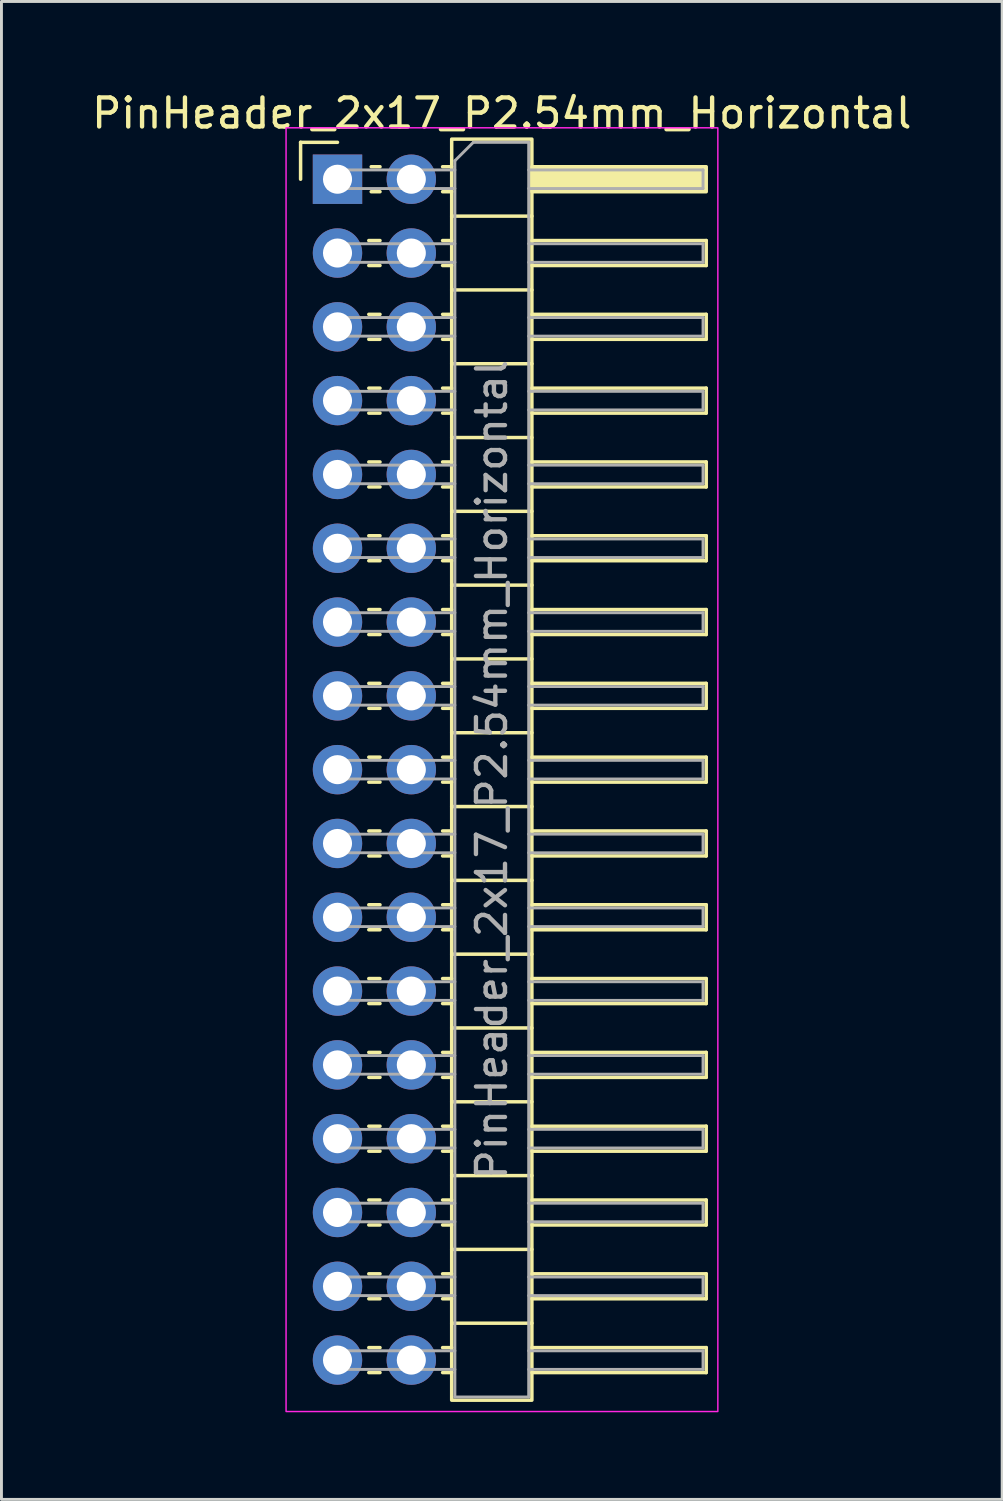
<source format=kicad_pcb>
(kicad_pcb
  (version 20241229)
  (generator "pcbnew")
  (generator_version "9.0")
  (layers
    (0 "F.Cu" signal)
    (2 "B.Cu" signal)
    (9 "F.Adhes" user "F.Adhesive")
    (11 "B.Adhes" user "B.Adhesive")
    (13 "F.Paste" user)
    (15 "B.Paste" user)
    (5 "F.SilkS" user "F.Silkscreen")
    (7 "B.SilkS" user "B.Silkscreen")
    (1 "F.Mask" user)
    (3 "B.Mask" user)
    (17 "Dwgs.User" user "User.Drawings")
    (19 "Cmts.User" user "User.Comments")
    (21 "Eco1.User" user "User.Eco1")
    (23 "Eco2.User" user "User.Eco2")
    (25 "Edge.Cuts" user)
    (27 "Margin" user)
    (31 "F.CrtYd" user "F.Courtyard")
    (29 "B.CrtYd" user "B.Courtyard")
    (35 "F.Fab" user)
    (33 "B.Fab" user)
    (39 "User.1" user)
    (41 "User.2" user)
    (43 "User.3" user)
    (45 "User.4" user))
  (footprint "PinHeader_2x17_P2.54mm_Horizontal"
    (layer "F.Cu")
    (at 8.565 3.118)
    (property "Reference" "PinHeader_2x17_P2.54mm_Horizontal" (at 5.655 -2.27 0) (layer "F.SilkS") (effects (font (size 1 1) (thickness 0.15))))
    (attr through_hole)
    (fp_line (start -1.27 -1.27) (end 0 -1.27) (stroke (width 0.12) (type solid)) (layer "F.SilkS"))
    (fp_line (start -1.27 0) (end -1.27 -1.27) (stroke (width 0.12) (type solid)) (layer "F.SilkS"))
    (fp_line (start 1.077 2.11) (end 1.463 2.11) (stroke (width 0.12) (type solid)) (layer "F.SilkS"))
    (fp_line (start 1.077 2.97) (end 1.463 2.97) (stroke (width 0.12) (type solid)) (layer "F.SilkS"))
    (fp_line (start 1.077 4.65) (end 1.463 4.65) (stroke (width 0.12) (type solid)) (layer "F.SilkS"))
    (fp_line (start 1.077 5.51) (end 1.463 5.51) (stroke (width 0.12) (type solid)) (layer "F.SilkS"))
    (fp_line (start 1.077 7.19) (end 1.463 7.19) (stroke (width 0.12) (type solid)) (layer "F.SilkS"))
    (fp_line (start 1.077 8.05) (end 1.463 8.05) (stroke (width 0.12) (type solid)) (layer "F.SilkS"))
    (fp_line (start 1.077 9.73) (end 1.463 9.73) (stroke (width 0.12) (type solid)) (layer "F.SilkS"))
    (fp_line (start 1.077 10.59) (end 1.463 10.59) (stroke (width 0.12) (type solid)) (layer "F.SilkS"))
    (fp_line (start 1.077 12.27) (end 1.463 12.27) (stroke (width 0.12) (type solid)) (layer "F.SilkS"))
    (fp_line (start 1.077 13.13) (end 1.463 13.13) (stroke (width 0.12) (type solid)) (layer "F.SilkS"))
    (fp_line (start 1.077 14.81) (end 1.463 14.81) (stroke (width 0.12) (type solid)) (layer "F.SilkS"))
    (fp_line (start 1.077 15.67) (end 1.463 15.67) (stroke (width 0.12) (type solid)) (layer "F.SilkS"))
    (fp_line (start 1.077 17.35) (end 1.463 17.35) (stroke (width 0.12) (type solid)) (layer "F.SilkS"))
    (fp_line (start 1.077 18.21) (end 1.463 18.21) (stroke (width 0.12) (type solid)) (layer "F.SilkS"))
    (fp_line (start 1.077 19.89) (end 1.463 19.89) (stroke (width 0.12) (type solid)) (layer "F.SilkS"))
    (fp_line (start 1.077 20.75) (end 1.463 20.75) (stroke (width 0.12) (type solid)) (layer "F.SilkS"))
    (fp_line (start 1.077 22.43) (end 1.463 22.43) (stroke (width 0.12) (type solid)) (layer "F.SilkS"))
    (fp_line (start 1.077 23.29) (end 1.463 23.29) (stroke (width 0.12) (type solid)) (layer "F.SilkS"))
    (fp_line (start 1.077 24.97) (end 1.463 24.97) (stroke (width 0.12) (type solid)) (layer "F.SilkS"))
    (fp_line (start 1.077 25.83) (end 1.463 25.83) (stroke (width 0.12) (type solid)) (layer "F.SilkS"))
    (fp_line (start 1.077 27.51) (end 1.463 27.51) (stroke (width 0.12) (type solid)) (layer "F.SilkS"))
    (fp_line (start 1.077 28.37) (end 1.463 28.37) (stroke (width 0.12) (type solid)) (layer "F.SilkS"))
    (fp_line (start 1.077 30.05) (end 1.463 30.05) (stroke (width 0.12) (type solid)) (layer "F.SilkS"))
    (fp_line (start 1.077 30.91) (end 1.463 30.91) (stroke (width 0.12) (type solid)) (layer "F.SilkS"))
    (fp_line (start 1.077 32.59) (end 1.463 32.59) (stroke (width 0.12) (type solid)) (layer "F.SilkS"))
    (fp_line (start 1.077 33.45) (end 1.463 33.45) (stroke (width 0.12) (type solid)) (layer "F.SilkS"))
    (fp_line (start 1.077 35.13) (end 1.463 35.13) (stroke (width 0.12) (type solid)) (layer "F.SilkS"))
    (fp_line (start 1.077 35.99) (end 1.463 35.99) (stroke (width 0.12) (type solid)) (layer "F.SilkS"))
    (fp_line (start 1.077 37.67) (end 1.463 37.67) (stroke (width 0.12) (type solid)) (layer "F.SilkS"))
    (fp_line (start 1.077 38.53) (end 1.463 38.53) (stroke (width 0.12) (type solid)) (layer "F.SilkS"))
    (fp_line (start 1.077 40.21) (end 1.463 40.21) (stroke (width 0.12) (type solid)) (layer "F.SilkS"))
    (fp_line (start 1.077 41.07) (end 1.463 41.07) (stroke (width 0.12) (type solid)) (layer "F.SilkS"))
    (fp_line (start 1.16 -0.43) (end 1.463 -0.43) (stroke (width 0.12) (type solid)) (layer "F.SilkS"))
    (fp_line (start 1.16 0.43) (end 1.463 0.43) (stroke (width 0.12) (type solid)) (layer "F.SilkS"))
    (fp_line (start 3.617 -0.43) (end 3.93 -0.43) (stroke (width 0.12) (type solid)) (layer "F.SilkS"))
    (fp_line (start 3.617 0.43) (end 3.93 0.43) (stroke (width 0.12) (type solid)) (layer "F.SilkS"))
    (fp_line (start 3.617 2.11) (end 3.93 2.11) (stroke (width 0.12) (type solid)) (layer "F.SilkS"))
    (fp_line (start 3.617 2.97) (end 3.93 2.97) (stroke (width 0.12) (type solid)) (layer "F.SilkS"))
    (fp_line (start 3.617 4.65) (end 3.93 4.65) (stroke (width 0.12) (type solid)) (layer "F.SilkS"))
    (fp_line (start 3.617 5.51) (end 3.93 5.51) (stroke (width 0.12) (type solid)) (layer "F.SilkS"))
    (fp_line (start 3.617 7.19) (end 3.93 7.19) (stroke (width 0.12) (type solid)) (layer "F.SilkS"))
    (fp_line (start 3.617 8.05) (end 3.93 8.05) (stroke (width 0.12) (type solid)) (layer "F.SilkS"))
    (fp_line (start 3.617 9.73) (end 3.93 9.73) (stroke (width 0.12) (type solid)) (layer "F.SilkS"))
    (fp_line (start 3.617 10.59) (end 3.93 10.59) (stroke (width 0.12) (type solid)) (layer "F.SilkS"))
    (fp_line (start 3.617 12.27) (end 3.93 12.27) (stroke (width 0.12) (type solid)) (layer "F.SilkS"))
    (fp_line (start 3.617 13.13) (end 3.93 13.13) (stroke (width 0.12) (type solid)) (layer "F.SilkS"))
    (fp_line (start 3.617 14.81) (end 3.93 14.81) (stroke (width 0.12) (type solid)) (layer "F.SilkS"))
    (fp_line (start 3.617 15.67) (end 3.93 15.67) (stroke (width 0.12) (type solid)) (layer "F.SilkS"))
    (fp_line (start 3.617 17.35) (end 3.93 17.35) (stroke (width 0.12) (type solid)) (layer "F.SilkS"))
    (fp_line (start 3.617 18.21) (end 3.93 18.21) (stroke (width 0.12) (type solid)) (layer "F.SilkS"))
    (fp_line (start 3.617 19.89) (end 3.93 19.89) (stroke (width 0.12) (type solid)) (layer "F.SilkS"))
    (fp_line (start 3.617 20.75) (end 3.93 20.75) (stroke (width 0.12) (type solid)) (layer "F.SilkS"))
    (fp_line (start 3.617 22.43) (end 3.93 22.43) (stroke (width 0.12) (type solid)) (layer "F.SilkS"))
    (fp_line (start 3.617 23.29) (end 3.93 23.29) (stroke (width 0.12) (type solid)) (layer "F.SilkS"))
    (fp_line (start 3.617 24.97) (end 3.93 24.97) (stroke (width 0.12) (type solid)) (layer "F.SilkS"))
    (fp_line (start 3.617 25.83) (end 3.93 25.83) (stroke (width 0.12) (type solid)) (layer "F.SilkS"))
    (fp_line (start 3.617 27.51) (end 3.93 27.51) (stroke (width 0.12) (type solid)) (layer "F.SilkS"))
    (fp_line (start 3.617 28.37) (end 3.93 28.37) (stroke (width 0.12) (type solid)) (layer "F.SilkS"))
    (fp_line (start 3.617 30.05) (end 3.93 30.05) (stroke (width 0.12) (type solid)) (layer "F.SilkS"))
    (fp_line (start 3.617 30.91) (end 3.93 30.91) (stroke (width 0.12) (type solid)) (layer "F.SilkS"))
    (fp_line (start 3.617 32.59) (end 3.93 32.59) (stroke (width 0.12) (type solid)) (layer "F.SilkS"))
    (fp_line (start 3.617 33.45) (end 3.93 33.45) (stroke (width 0.12) (type solid)) (layer "F.SilkS"))
    (fp_line (start 3.617 35.13) (end 3.93 35.13) (stroke (width 0.12) (type solid)) (layer "F.SilkS"))
    (fp_line (start 3.617 35.99) (end 3.93 35.99) (stroke (width 0.12) (type solid)) (layer "F.SilkS"))
    (fp_line (start 3.617 37.67) (end 3.93 37.67) (stroke (width 0.12) (type solid)) (layer "F.SilkS"))
    (fp_line (start 3.617 38.53) (end 3.93 38.53) (stroke (width 0.12) (type solid)) (layer "F.SilkS"))
    (fp_line (start 3.617 40.21) (end 3.93 40.21) (stroke (width 0.12) (type solid)) (layer "F.SilkS"))
    (fp_line (start 3.617 41.07) (end 3.93 41.07) (stroke (width 0.12) (type solid)) (layer "F.SilkS"))
    (fp_line (start 3.93 1.27) (end 6.69 1.27) (stroke (width 0.12) (type solid)) (layer "F.SilkS"))
    (fp_line (start 3.93 3.81) (end 6.69 3.81) (stroke (width 0.12) (type solid)) (layer "F.SilkS"))
    (fp_line (start 3.93 6.35) (end 6.69 6.35) (stroke (width 0.12) (type solid)) (layer "F.SilkS"))
    (fp_line (start 3.93 8.89) (end 6.69 8.89) (stroke (width 0.12) (type solid)) (layer "F.SilkS"))
    (fp_line (start 3.93 11.43) (end 6.69 11.43) (stroke (width 0.12) (type solid)) (layer "F.SilkS"))
    (fp_line (start 3.93 13.97) (end 6.69 13.97) (stroke (width 0.12) (type solid)) (layer "F.SilkS"))
    (fp_line (start 3.93 16.51) (end 6.69 16.51) (stroke (width 0.12) (type solid)) (layer "F.SilkS"))
    (fp_line (start 3.93 19.05) (end 6.69 19.05) (stroke (width 0.12) (type solid)) (layer "F.SilkS"))
    (fp_line (start 3.93 21.59) (end 6.69 21.59) (stroke (width 0.12) (type solid)) (layer "F.SilkS"))
    (fp_line (start 3.93 24.13) (end 6.69 24.13) (stroke (width 0.12) (type solid)) (layer "F.SilkS"))
    (fp_line (start 3.93 26.67) (end 6.69 26.67) (stroke (width 0.12) (type solid)) (layer "F.SilkS"))
    (fp_line (start 3.93 29.21) (end 6.69 29.21) (stroke (width 0.12) (type solid)) (layer "F.SilkS"))
    (fp_line (start 3.93 31.75) (end 6.69 31.75) (stroke (width 0.12) (type solid)) (layer "F.SilkS"))
    (fp_line (start 3.93 34.29) (end 6.69 34.29) (stroke (width 0.12) (type solid)) (layer "F.SilkS"))
    (fp_line (start 3.93 36.83) (end 6.69 36.83) (stroke (width 0.12) (type solid)) (layer "F.SilkS"))
    (fp_line (start 3.93 39.37) (end 6.69 39.37) (stroke (width 0.12) (type solid)) (layer "F.SilkS"))
    (fp_line (start 6.69 2.11) (end 12.69 2.11) (stroke (width 0.12) (type solid)) (layer "F.SilkS"))
    (fp_line (start 6.69 4.65) (end 12.69 4.65) (stroke (width 0.12) (type solid)) (layer "F.SilkS"))
    (fp_line (start 6.69 7.19) (end 12.69 7.19) (stroke (width 0.12) (type solid)) (layer "F.SilkS"))
    (fp_line (start 6.69 9.73) (end 12.69 9.73) (stroke (width 0.12) (type solid)) (layer "F.SilkS"))
    (fp_line (start 6.69 12.27) (end 12.69 12.27) (stroke (width 0.12) (type solid)) (layer "F.SilkS"))
    (fp_line (start 6.69 14.81) (end 12.69 14.81) (stroke (width 0.12) (type solid)) (layer "F.SilkS"))
    (fp_line (start 6.69 17.35) (end 12.69 17.35) (stroke (width 0.12) (type solid)) (layer "F.SilkS"))
    (fp_line (start 6.69 19.89) (end 12.69 19.89) (stroke (width 0.12) (type solid)) (layer "F.SilkS"))
    (fp_line (start 6.69 22.43) (end 12.69 22.43) (stroke (width 0.12) (type solid)) (layer "F.SilkS"))
    (fp_line (start 6.69 24.97) (end 12.69 24.97) (stroke (width 0.12) (type solid)) (layer "F.SilkS"))
    (fp_line (start 6.69 27.51) (end 12.69 27.51) (stroke (width 0.12) (type solid)) (layer "F.SilkS"))
    (fp_line (start 6.69 30.05) (end 12.69 30.05) (stroke (width 0.12) (type solid)) (layer "F.SilkS"))
    (fp_line (start 6.69 32.59) (end 12.69 32.59) (stroke (width 0.12) (type solid)) (layer "F.SilkS"))
    (fp_line (start 6.69 35.13) (end 12.69 35.13) (stroke (width 0.12) (type solid)) (layer "F.SilkS"))
    (fp_line (start 6.69 37.67) (end 12.69 37.67) (stroke (width 0.12) (type solid)) (layer "F.SilkS"))
    (fp_line (start 6.69 40.21) (end 12.69 40.21) (stroke (width 0.12) (type solid)) (layer "F.SilkS"))
    (fp_line (start 12.69 2.11) (end 12.69 2.97) (stroke (width 0.12) (type solid)) (layer "F.SilkS"))
    (fp_line (start 12.69 2.97) (end 6.69 2.97) (stroke (width 0.12) (type solid)) (layer "F.SilkS"))
    (fp_line (start 12.69 4.65) (end 12.69 5.51) (stroke (width 0.12) (type solid)) (layer "F.SilkS"))
    (fp_line (start 12.69 5.51) (end 6.69 5.51) (stroke (width 0.12) (type solid)) (layer "F.SilkS"))
    (fp_line (start 12.69 7.19) (end 12.69 8.05) (stroke (width 0.12) (type solid)) (layer "F.SilkS"))
    (fp_line (start 12.69 8.05) (end 6.69 8.05) (stroke (width 0.12) (type solid)) (layer "F.SilkS"))
    (fp_line (start 12.69 9.73) (end 12.69 10.59) (stroke (width 0.12) (type solid)) (layer "F.SilkS"))
    (fp_line (start 12.69 10.59) (end 6.69 10.59) (stroke (width 0.12) (type solid)) (layer "F.SilkS"))
    (fp_line (start 12.69 12.27) (end 12.69 13.13) (stroke (width 0.12) (type solid)) (layer "F.SilkS"))
    (fp_line (start 12.69 13.13) (end 6.69 13.13) (stroke (width 0.12) (type solid)) (layer "F.SilkS"))
    (fp_line (start 12.69 14.81) (end 12.69 15.67) (stroke (width 0.12) (type solid)) (layer "F.SilkS"))
    (fp_line (start 12.69 15.67) (end 6.69 15.67) (stroke (width 0.12) (type solid)) (layer "F.SilkS"))
    (fp_line (start 12.69 17.35) (end 12.69 18.21) (stroke (width 0.12) (type solid)) (layer "F.SilkS"))
    (fp_line (start 12.69 18.21) (end 6.69 18.21) (stroke (width 0.12) (type solid)) (layer "F.SilkS"))
    (fp_line (start 12.69 19.89) (end 12.69 20.75) (stroke (width 0.12) (type solid)) (layer "F.SilkS"))
    (fp_line (start 12.69 20.75) (end 6.69 20.75) (stroke (width 0.12) (type solid)) (layer "F.SilkS"))
    (fp_line (start 12.69 22.43) (end 12.69 23.29) (stroke (width 0.12) (type solid)) (layer "F.SilkS"))
    (fp_line (start 12.69 23.29) (end 6.69 23.29) (stroke (width 0.12) (type solid)) (layer "F.SilkS"))
    (fp_line (start 12.69 24.97) (end 12.69 25.83) (stroke (width 0.12) (type solid)) (layer "F.SilkS"))
    (fp_line (start 12.69 25.83) (end 6.69 25.83) (stroke (width 0.12) (type solid)) (layer "F.SilkS"))
    (fp_line (start 12.69 27.51) (end 12.69 28.37) (stroke (width 0.12) (type solid)) (layer "F.SilkS"))
    (fp_line (start 12.69 28.37) (end 6.69 28.37) (stroke (width 0.12) (type solid)) (layer "F.SilkS"))
    (fp_line (start 12.69 30.05) (end 12.69 30.91) (stroke (width 0.12) (type solid)) (layer "F.SilkS"))
    (fp_line (start 12.69 30.91) (end 6.69 30.91) (stroke (width 0.12) (type solid)) (layer "F.SilkS"))
    (fp_line (start 12.69 32.59) (end 12.69 33.45) (stroke (width 0.12) (type solid)) (layer "F.SilkS"))
    (fp_line (start 12.69 33.45) (end 6.69 33.45) (stroke (width 0.12) (type solid)) (layer "F.SilkS"))
    (fp_line (start 12.69 35.13) (end 12.69 35.99) (stroke (width 0.12) (type solid)) (layer "F.SilkS"))
    (fp_line (start 12.69 35.99) (end 6.69 35.99) (stroke (width 0.12) (type solid)) (layer "F.SilkS"))
    (fp_line (start 12.69 37.67) (end 12.69 38.53) (stroke (width 0.12) (type solid)) (layer "F.SilkS"))
    (fp_line (start 12.69 38.53) (end 6.69 38.53) (stroke (width 0.12) (type solid)) (layer "F.SilkS"))
    (fp_line (start 12.69 40.21) (end 12.69 41.07) (stroke (width 0.12) (type solid)) (layer "F.SilkS"))
    (fp_line (start 12.69 41.07) (end 6.69 41.07) (stroke (width 0.12) (type solid)) (layer "F.SilkS"))
    (fp_rect (start 3.93 -1.38) (end 6.69 42.02) (stroke (width 0.12) (type solid)) (fill no) (layer "F.SilkS"))
    (fp_rect (start 6.69 -0.43) (end 12.69 0.43) (stroke (width 0.12) (type solid)) (fill yes) (layer "F.SilkS"))
    (fp_rect (start -1.77 -1.77) (end 13.09 42.41) (stroke (width 0.05) (type solid)) (fill no) (layer "F.CrtYd"))
    (fp_line (start -0.32 -0.32) (end -0.32 0.32) (stroke (width 0.1) (type solid)) (layer "F.Fab"))
    (fp_line (start -0.32 -0.32) (end 4.04 -0.32) (stroke (width 0.1) (type solid)) (layer "F.Fab"))
    (fp_line (start -0.32 0.32) (end 4.04 0.32) (stroke (width 0.1) (type solid)) (layer "F.Fab"))
    (fp_line (start -0.32 2.22) (end -0.32 2.86) (stroke (width 0.1) (type solid)) (layer "F.Fab"))
    (fp_line (start -0.32 2.22) (end 4.04 2.22) (stroke (width 0.1) (type solid)) (layer "F.Fab"))
    (fp_line (start -0.32 2.86) (end 4.04 2.86) (stroke (width 0.1) (type solid)) (layer "F.Fab"))
    (fp_line (start -0.32 4.76) (end -0.32 5.4) (stroke (width 0.1) (type solid)) (layer "F.Fab"))
    (fp_line (start -0.32 4.76) (end 4.04 4.76) (stroke (width 0.1) (type solid)) (layer "F.Fab"))
    (fp_line (start -0.32 5.4) (end 4.04 5.4) (stroke (width 0.1) (type solid)) (layer "F.Fab"))
    (fp_line (start -0.32 7.3) (end -0.32 7.94) (stroke (width 0.1) (type solid)) (layer "F.Fab"))
    (fp_line (start -0.32 7.3) (end 4.04 7.3) (stroke (width 0.1) (type solid)) (layer "F.Fab"))
    (fp_line (start -0.32 7.94) (end 4.04 7.94) (stroke (width 0.1) (type solid)) (layer "F.Fab"))
    (fp_line (start -0.32 9.84) (end -0.32 10.48) (stroke (width 0.1) (type solid)) (layer "F.Fab"))
    (fp_line (start -0.32 9.84) (end 4.04 9.84) (stroke (width 0.1) (type solid)) (layer "F.Fab"))
    (fp_line (start -0.32 10.48) (end 4.04 10.48) (stroke (width 0.1) (type solid)) (layer "F.Fab"))
    (fp_line (start -0.32 12.38) (end -0.32 13.02) (stroke (width 0.1) (type solid)) (layer "F.Fab"))
    (fp_line (start -0.32 12.38) (end 4.04 12.38) (stroke (width 0.1) (type solid)) (layer "F.Fab"))
    (fp_line (start -0.32 13.02) (end 4.04 13.02) (stroke (width 0.1) (type solid)) (layer "F.Fab"))
    (fp_line (start -0.32 14.92) (end -0.32 15.56) (stroke (width 0.1) (type solid)) (layer "F.Fab"))
    (fp_line (start -0.32 14.92) (end 4.04 14.92) (stroke (width 0.1) (type solid)) (layer "F.Fab"))
    (fp_line (start -0.32 15.56) (end 4.04 15.56) (stroke (width 0.1) (type solid)) (layer "F.Fab"))
    (fp_line (start -0.32 17.46) (end -0.32 18.1) (stroke (width 0.1) (type solid)) (layer "F.Fab"))
    (fp_line (start -0.32 17.46) (end 4.04 17.46) (stroke (width 0.1) (type solid)) (layer "F.Fab"))
    (fp_line (start -0.32 18.1) (end 4.04 18.1) (stroke (width 0.1) (type solid)) (layer "F.Fab"))
    (fp_line (start -0.32 20) (end -0.32 20.64) (stroke (width 0.1) (type solid)) (layer "F.Fab"))
    (fp_line (start -0.32 20) (end 4.04 20) (stroke (width 0.1) (type solid)) (layer "F.Fab"))
    (fp_line (start -0.32 20.64) (end 4.04 20.64) (stroke (width 0.1) (type solid)) (layer "F.Fab"))
    (fp_line (start -0.32 22.54) (end -0.32 23.18) (stroke (width 0.1) (type solid)) (layer "F.Fab"))
    (fp_line (start -0.32 22.54) (end 4.04 22.54) (stroke (width 0.1) (type solid)) (layer "F.Fab"))
    (fp_line (start -0.32 23.18) (end 4.04 23.18) (stroke (width 0.1) (type solid)) (layer "F.Fab"))
    (fp_line (start -0.32 25.08) (end -0.32 25.72) (stroke (width 0.1) (type solid)) (layer "F.Fab"))
    (fp_line (start -0.32 25.08) (end 4.04 25.08) (stroke (width 0.1) (type solid)) (layer "F.Fab"))
    (fp_line (start -0.32 25.72) (end 4.04 25.72) (stroke (width 0.1) (type solid)) (layer "F.Fab"))
    (fp_line (start -0.32 27.62) (end -0.32 28.26) (stroke (width 0.1) (type solid)) (layer "F.Fab"))
    (fp_line (start -0.32 27.62) (end 4.04 27.62) (stroke (width 0.1) (type solid)) (layer "F.Fab"))
    (fp_line (start -0.32 28.26) (end 4.04 28.26) (stroke (width 0.1) (type solid)) (layer "F.Fab"))
    (fp_line (start -0.32 30.16) (end -0.32 30.8) (stroke (width 0.1) (type solid)) (layer "F.Fab"))
    (fp_line (start -0.32 30.16) (end 4.04 30.16) (stroke (width 0.1) (type solid)) (layer "F.Fab"))
    (fp_line (start -0.32 30.8) (end 4.04 30.8) (stroke (width 0.1) (type solid)) (layer "F.Fab"))
    (fp_line (start -0.32 32.7) (end -0.32 33.34) (stroke (width 0.1) (type solid)) (layer "F.Fab"))
    (fp_line (start -0.32 32.7) (end 4.04 32.7) (stroke (width 0.1) (type solid)) (layer "F.Fab"))
    (fp_line (start -0.32 33.34) (end 4.04 33.34) (stroke (width 0.1) (type solid)) (layer "F.Fab"))
    (fp_line (start -0.32 35.24) (end -0.32 35.88) (stroke (width 0.1) (type solid)) (layer "F.Fab"))
    (fp_line (start -0.32 35.24) (end 4.04 35.24) (stroke (width 0.1) (type solid)) (layer "F.Fab"))
    (fp_line (start -0.32 35.88) (end 4.04 35.88) (stroke (width 0.1) (type solid)) (layer "F.Fab"))
    (fp_line (start -0.32 37.78) (end -0.32 38.42) (stroke (width 0.1) (type solid)) (layer "F.Fab"))
    (fp_line (start -0.32 37.78) (end 4.04 37.78) (stroke (width 0.1) (type solid)) (layer "F.Fab"))
    (fp_line (start -0.32 38.42) (end 4.04 38.42) (stroke (width 0.1) (type solid)) (layer "F.Fab"))
    (fp_line (start -0.32 40.32) (end -0.32 40.96) (stroke (width 0.1) (type solid)) (layer "F.Fab"))
    (fp_line (start -0.32 40.32) (end 4.04 40.32) (stroke (width 0.1) (type solid)) (layer "F.Fab"))
    (fp_line (start -0.32 40.96) (end 4.04 40.96) (stroke (width 0.1) (type solid)) (layer "F.Fab"))
    (fp_line (start 4.04 -0.635) (end 4.675 -1.27) (stroke (width 0.1) (type solid)) (layer "F.Fab"))
    (fp_line (start 4.04 41.91) (end 4.04 -0.635) (stroke (width 0.1) (type solid)) (layer "F.Fab"))
    (fp_line (start 4.675 -1.27) (end 6.58 -1.27) (stroke (width 0.1) (type solid)) (layer "F.Fab"))
    (fp_line (start 6.58 -1.27) (end 6.58 41.91) (stroke (width 0.1) (type solid)) (layer "F.Fab"))
    (fp_line (start 6.58 -0.32) (end 12.58 -0.32) (stroke (width 0.1) (type solid)) (layer "F.Fab"))
    (fp_line (start 6.58 0.32) (end 12.58 0.32) (stroke (width 0.1) (type solid)) (layer "F.Fab"))
    (fp_line (start 6.58 2.22) (end 12.58 2.22) (stroke (width 0.1) (type solid)) (layer "F.Fab"))
    (fp_line (start 6.58 2.86) (end 12.58 2.86) (stroke (width 0.1) (type solid)) (layer "F.Fab"))
    (fp_line (start 6.58 4.76) (end 12.58 4.76) (stroke (width 0.1) (type solid)) (layer "F.Fab"))
    (fp_line (start 6.58 5.4) (end 12.58 5.4) (stroke (width 0.1) (type solid)) (layer "F.Fab"))
    (fp_line (start 6.58 7.3) (end 12.58 7.3) (stroke (width 0.1) (type solid)) (layer "F.Fab"))
    (fp_line (start 6.58 7.94) (end 12.58 7.94) (stroke (width 0.1) (type solid)) (layer "F.Fab"))
    (fp_line (start 6.58 9.84) (end 12.58 9.84) (stroke (width 0.1) (type solid)) (layer "F.Fab"))
    (fp_line (start 6.58 10.48) (end 12.58 10.48) (stroke (width 0.1) (type solid)) (layer "F.Fab"))
    (fp_line (start 6.58 12.38) (end 12.58 12.38) (stroke (width 0.1) (type solid)) (layer "F.Fab"))
    (fp_line (start 6.58 13.02) (end 12.58 13.02) (stroke (width 0.1) (type solid)) (layer "F.Fab"))
    (fp_line (start 6.58 14.92) (end 12.58 14.92) (stroke (width 0.1) (type solid)) (layer "F.Fab"))
    (fp_line (start 6.58 15.56) (end 12.58 15.56) (stroke (width 0.1) (type solid)) (layer "F.Fab"))
    (fp_line (start 6.58 17.46) (end 12.58 17.46) (stroke (width 0.1) (type solid)) (layer "F.Fab"))
    (fp_line (start 6.58 18.1) (end 12.58 18.1) (stroke (width 0.1) (type solid)) (layer "F.Fab"))
    (fp_line (start 6.58 20) (end 12.58 20) (stroke (width 0.1) (type solid)) (layer "F.Fab"))
    (fp_line (start 6.58 20.64) (end 12.58 20.64) (stroke (width 0.1) (type solid)) (layer "F.Fab"))
    (fp_line (start 6.58 22.54) (end 12.58 22.54) (stroke (width 0.1) (type solid)) (layer "F.Fab"))
    (fp_line (start 6.58 23.18) (end 12.58 23.18) (stroke (width 0.1) (type solid)) (layer "F.Fab"))
    (fp_line (start 6.58 25.08) (end 12.58 25.08) (stroke (width 0.1) (type solid)) (layer "F.Fab"))
    (fp_line (start 6.58 25.72) (end 12.58 25.72) (stroke (width 0.1) (type solid)) (layer "F.Fab"))
    (fp_line (start 6.58 27.62) (end 12.58 27.62) (stroke (width 0.1) (type solid)) (layer "F.Fab"))
    (fp_line (start 6.58 28.26) (end 12.58 28.26) (stroke (width 0.1) (type solid)) (layer "F.Fab"))
    (fp_line (start 6.58 30.16) (end 12.58 30.16) (stroke (width 0.1) (type solid)) (layer "F.Fab"))
    (fp_line (start 6.58 30.8) (end 12.58 30.8) (stroke (width 0.1) (type solid)) (layer "F.Fab"))
    (fp_line (start 6.58 32.7) (end 12.58 32.7) (stroke (width 0.1) (type solid)) (layer "F.Fab"))
    (fp_line (start 6.58 33.34) (end 12.58 33.34) (stroke (width 0.1) (type solid)) (layer "F.Fab"))
    (fp_line (start 6.58 35.24) (end 12.58 35.24) (stroke (width 0.1) (type solid)) (layer "F.Fab"))
    (fp_line (start 6.58 35.88) (end 12.58 35.88) (stroke (width 0.1) (type solid)) (layer "F.Fab"))
    (fp_line (start 6.58 37.78) (end 12.58 37.78) (stroke (width 0.1) (type solid)) (layer "F.Fab"))
    (fp_line (start 6.58 38.42) (end 12.58 38.42) (stroke (width 0.1) (type solid)) (layer "F.Fab"))
    (fp_line (start 6.58 40.32) (end 12.58 40.32) (stroke (width 0.1) (type solid)) (layer "F.Fab"))
    (fp_line (start 6.58 40.96) (end 12.58 40.96) (stroke (width 0.1) (type solid)) (layer "F.Fab"))
    (fp_line (start 6.58 41.91) (end 4.04 41.91) (stroke (width 0.1) (type solid)) (layer "F.Fab"))
    (fp_line (start 12.58 -0.32) (end 12.58 0.32) (stroke (width 0.1) (type solid)) (layer "F.Fab"))
    (fp_line (start 12.58 2.22) (end 12.58 2.86) (stroke (width 0.1) (type solid)) (layer "F.Fab"))
    (fp_line (start 12.58 4.76) (end 12.58 5.4) (stroke (width 0.1) (type solid)) (layer "F.Fab"))
    (fp_line (start 12.58 7.3) (end 12.58 7.94) (stroke (width 0.1) (type solid)) (layer "F.Fab"))
    (fp_line (start 12.58 9.84) (end 12.58 10.48) (stroke (width 0.1) (type solid)) (layer "F.Fab"))
    (fp_line (start 12.58 12.38) (end 12.58 13.02) (stroke (width 0.1) (type solid)) (layer "F.Fab"))
    (fp_line (start 12.58 14.92) (end 12.58 15.56) (stroke (width 0.1) (type solid)) (layer "F.Fab"))
    (fp_line (start 12.58 17.46) (end 12.58 18.1) (stroke (width 0.1) (type solid)) (layer "F.Fab"))
    (fp_line (start 12.58 20) (end 12.58 20.64) (stroke (width 0.1) (type solid)) (layer "F.Fab"))
    (fp_line (start 12.58 22.54) (end 12.58 23.18) (stroke (width 0.1) (type solid)) (layer "F.Fab"))
    (fp_line (start 12.58 25.08) (end 12.58 25.72) (stroke (width 0.1) (type solid)) (layer "F.Fab"))
    (fp_line (start 12.58 27.62) (end 12.58 28.26) (stroke (width 0.1) (type solid)) (layer "F.Fab"))
    (fp_line (start 12.58 30.16) (end 12.58 30.8) (stroke (width 0.1) (type solid)) (layer "F.Fab"))
    (fp_line (start 12.58 32.7) (end 12.58 33.34) (stroke (width 0.1) (type solid)) (layer "F.Fab"))
    (fp_line (start 12.58 35.24) (end 12.58 35.88) (stroke (width 0.1) (type solid)) (layer "F.Fab"))
    (fp_line (start 12.58 37.78) (end 12.58 38.42) (stroke (width 0.1) (type solid)) (layer "F.Fab"))
    (fp_line (start 12.58 40.32) (end 12.58 40.96) (stroke (width 0.1) (type solid)) (layer "F.Fab"))
    (fp_text user "${REFERENCE}" (at 5.31 20.32 90) (layer "F.Fab") (effects (font (size 1 1) (thickness 0.15))))
    (pad "1" thru_hole rect (at 0 0) (size 1.7 1.7) (drill 1) (layers "*.Cu" "*.Mask"))
    (pad "2" thru_hole circle (at 2.54 0) (size 1.7 1.7) (drill 1) (layers "*.Cu" "*.Mask"))
    (pad "3" thru_hole circle (at 0 2.54) (size 1.7 1.7) (drill 1) (layers "*.Cu" "*.Mask"))
    (pad "4" thru_hole circle (at 2.54 2.54) (size 1.7 1.7) (drill 1) (layers "*.Cu" "*.Mask"))
    (pad "5" thru_hole circle (at 0 5.08) (size 1.7 1.7) (drill 1) (layers "*.Cu" "*.Mask"))
    (pad "6" thru_hole circle (at 2.54 5.08) (size 1.7 1.7) (drill 1) (layers "*.Cu" "*.Mask"))
    (pad "7" thru_hole circle (at 0 7.62) (size 1.7 1.7) (drill 1) (layers "*.Cu" "*.Mask"))
    (pad "8" thru_hole circle (at 2.54 7.62) (size 1.7 1.7) (drill 1) (layers "*.Cu" "*.Mask"))
    (pad "9" thru_hole circle (at 0 10.16) (size 1.7 1.7) (drill 1) (layers "*.Cu" "*.Mask"))
    (pad "10" thru_hole circle (at 2.54 10.16) (size 1.7 1.7) (drill 1) (layers "*.Cu" "*.Mask"))
    (pad "11" thru_hole circle (at 0 12.7) (size 1.7 1.7) (drill 1) (layers "*.Cu" "*.Mask"))
    (pad "12" thru_hole circle (at 2.54 12.7) (size 1.7 1.7) (drill 1) (layers "*.Cu" "*.Mask"))
    (pad "13" thru_hole circle (at 0 15.24) (size 1.7 1.7) (drill 1) (layers "*.Cu" "*.Mask"))
    (pad "14" thru_hole circle (at 2.54 15.24) (size 1.7 1.7) (drill 1) (layers "*.Cu" "*.Mask"))
    (pad "15" thru_hole circle (at 0 17.78) (size 1.7 1.7) (drill 1) (layers "*.Cu" "*.Mask"))
    (pad "16" thru_hole circle (at 2.54 17.78) (size 1.7 1.7) (drill 1) (layers "*.Cu" "*.Mask"))
    (pad "17" thru_hole circle (at 0 20.32) (size 1.7 1.7) (drill 1) (layers "*.Cu" "*.Mask"))
    (pad "18" thru_hole circle (at 2.54 20.32) (size 1.7 1.7) (drill 1) (layers "*.Cu" "*.Mask"))
    (pad "19" thru_hole circle (at 0 22.86) (size 1.7 1.7) (drill 1) (layers "*.Cu" "*.Mask"))
    (pad "20" thru_hole circle (at 2.54 22.86) (size 1.7 1.7) (drill 1) (layers "*.Cu" "*.Mask"))
    (pad "21" thru_hole circle (at 0 25.4) (size 1.7 1.7) (drill 1) (layers "*.Cu" "*.Mask"))
    (pad "22" thru_hole circle (at 2.54 25.4) (size 1.7 1.7) (drill 1) (layers "*.Cu" "*.Mask"))
    (pad "23" thru_hole circle (at 0 27.94) (size 1.7 1.7) (drill 1) (layers "*.Cu" "*.Mask"))
    (pad "24" thru_hole circle (at 2.54 27.94) (size 1.7 1.7) (drill 1) (layers "*.Cu" "*.Mask"))
    (pad "25" thru_hole circle (at 0 30.48) (size 1.7 1.7) (drill 1) (layers "*.Cu" "*.Mask"))
    (pad "26" thru_hole circle (at 2.54 30.48) (size 1.7 1.7) (drill 1) (layers "*.Cu" "*.Mask"))
    (pad "27" thru_hole circle (at 0 33.02) (size 1.7 1.7) (drill 1) (layers "*.Cu" "*.Mask"))
    (pad "28" thru_hole circle (at 2.54 33.02) (size 1.7 1.7) (drill 1) (layers "*.Cu" "*.Mask"))
    (pad "29" thru_hole circle (at 0 35.56) (size 1.7 1.7) (drill 1) (layers "*.Cu" "*.Mask"))
    (pad "30" thru_hole circle (at 2.54 35.56) (size 1.7 1.7) (drill 1) (layers "*.Cu" "*.Mask"))
    (pad "31" thru_hole circle (at 0 38.1) (size 1.7 1.7) (drill 1) (layers "*.Cu" "*.Mask"))
    (pad "32" thru_hole circle (at 2.54 38.1) (size 1.7 1.7) (drill 1) (layers "*.Cu" "*.Mask"))
    (pad "33" thru_hole circle (at 0 40.64) (size 1.7 1.7) (drill 1) (layers "*.Cu" "*.Mask"))
    (pad "34" thru_hole circle (at 2.54 40.64) (size 1.7 1.7) (drill 1) (layers "*.Cu" "*.Mask")))
  (gr_rect
    (start -3 -3)
    (end 31.44 48.553)
    (stroke (width 0.1) (type default))
    (fill no)
    (layer "Edge.Cuts")))
</source>
